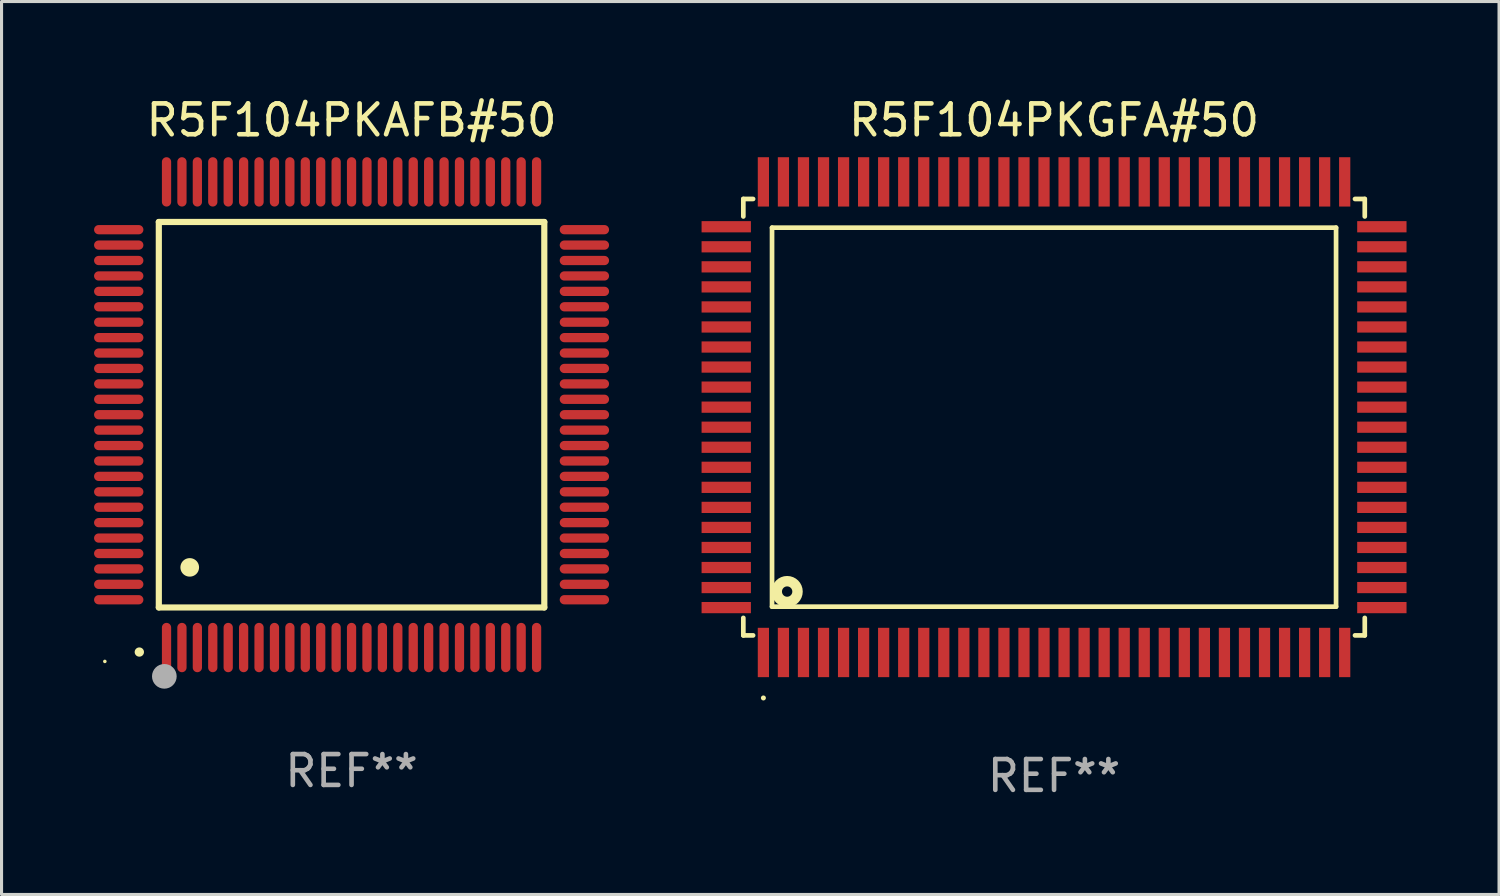
<source format=kicad_pcb>
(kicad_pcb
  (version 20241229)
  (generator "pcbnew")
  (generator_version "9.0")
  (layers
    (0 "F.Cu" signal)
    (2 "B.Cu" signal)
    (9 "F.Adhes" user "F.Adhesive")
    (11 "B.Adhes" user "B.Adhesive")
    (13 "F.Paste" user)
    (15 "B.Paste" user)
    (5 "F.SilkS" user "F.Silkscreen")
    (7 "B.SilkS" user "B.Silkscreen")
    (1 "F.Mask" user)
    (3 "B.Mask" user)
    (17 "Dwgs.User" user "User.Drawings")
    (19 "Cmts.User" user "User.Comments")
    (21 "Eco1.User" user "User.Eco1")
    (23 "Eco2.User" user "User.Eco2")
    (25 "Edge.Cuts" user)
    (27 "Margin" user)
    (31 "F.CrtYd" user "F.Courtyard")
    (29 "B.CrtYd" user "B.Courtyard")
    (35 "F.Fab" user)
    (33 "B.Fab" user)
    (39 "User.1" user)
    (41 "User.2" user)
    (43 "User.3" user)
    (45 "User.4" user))
  (footprint "R5F104PKAFB#50"
    (layer "F.Cu")
    (at 8.35 10.398)
    (property "Reference" "R5F104PKAFB#50" (at 0 -9.55 0) (layer "F.SilkS") (effects (font (size 1 1) (thickness 0.15))))
    (attr through_hole)
    (fp_line (start -6.25 -6.25) (end -6.25 6.25) (stroke (width 0.2) (type solid)) (layer "F.SilkS"))
    (fp_line (start -6.25 6.25) (end 6.25 6.25) (stroke (width 0.2) (type solid)) (layer "F.SilkS"))
    (fp_line (start 6.25 -6.25) (end -6.25 -6.25) (stroke (width 0.2) (type solid)) (layer "F.SilkS"))
    (fp_line (start 6.25 6.25) (end 6.25 -6.25) (stroke (width 0.2) (type solid)) (layer "F.SilkS"))
    (fp_arc (start -6.883414 7.696215) (mid -6.882144 7.69621) (end -6.880874 7.696215) (stroke (width 0.3) (type solid)) (layer "F.SilkS"))
    (fp_arc (start -5.250191 4.95047) (mid -5.247651 4.950459) (end -5.245111 4.95047) (stroke (width 0.6) (type solid)) (layer "F.SilkS"))
    (fp_circle (center -8 8) (end -7.97 8) (stroke (width 0.06) (type solid)) (fill no) (layer "F.SilkS"))
    (fp_circle (center -6.071 8.484) (end -5.871 8.484) (stroke (width 0.4) (type solid)) (fill no) (layer "F.Fab"))
    (fp_text user "REF**" (at 0 11.55 0) (layer "F.Fab") (effects (font (size 1 1) (thickness 0.15))))
    (pad "1" smd oval (at -6 7.55) (size 0.3 1.6) (layers "F.Cu" "F.Mask" "F.Paste"))
    (pad "2" smd oval (at -5.5 7.55) (size 0.3 1.6) (layers "F.Cu" "F.Mask" "F.Paste"))
    (pad "3" smd oval (at -5 7.55) (size 0.3 1.6) (layers "F.Cu" "F.Mask" "F.Paste"))
    (pad "4" smd oval (at -4.5 7.55) (size 0.3 1.6) (layers "F.Cu" "F.Mask" "F.Paste"))
    (pad "5" smd oval (at -4 7.55) (size 0.3 1.6) (layers "F.Cu" "F.Mask" "F.Paste"))
    (pad "6" smd oval (at -3.5 7.55) (size 0.3 1.6) (layers "F.Cu" "F.Mask" "F.Paste"))
    (pad "7" smd oval (at -3 7.55) (size 0.3 1.6) (layers "F.Cu" "F.Mask" "F.Paste"))
    (pad "8" smd oval (at -2.5 7.55) (size 0.3 1.6) (layers "F.Cu" "F.Mask" "F.Paste"))
    (pad "9" smd oval (at -2 7.55) (size 0.3 1.6) (layers "F.Cu" "F.Mask" "F.Paste"))
    (pad "10" smd oval (at -1.5 7.55) (size 0.3 1.6) (layers "F.Cu" "F.Mask" "F.Paste"))
    (pad "11" smd oval (at -1 7.55) (size 0.3 1.6) (layers "F.Cu" "F.Mask" "F.Paste"))
    (pad "12" smd oval (at -0.5 7.55) (size 0.3 1.6) (layers "F.Cu" "F.Mask" "F.Paste"))
    (pad "13" smd oval (at 0 7.55) (size 0.3 1.6) (layers "F.Cu" "F.Mask" "F.Paste"))
    (pad "14" smd oval (at 0.5 7.55) (size 0.3 1.6) (layers "F.Cu" "F.Mask" "F.Paste"))
    (pad "15" smd oval (at 1 7.55) (size 0.3 1.6) (layers "F.Cu" "F.Mask" "F.Paste"))
    (pad "16" smd oval (at 1.5 7.55) (size 0.3 1.6) (layers "F.Cu" "F.Mask" "F.Paste"))
    (pad "17" smd oval (at 2 7.55) (size 0.3 1.6) (layers "F.Cu" "F.Mask" "F.Paste"))
    (pad "18" smd oval (at 2.5 7.55) (size 0.3 1.6) (layers "F.Cu" "F.Mask" "F.Paste"))
    (pad "19" smd oval (at 3 7.55) (size 0.3 1.6) (layers "F.Cu" "F.Mask" "F.Paste"))
    (pad "20" smd oval (at 3.5 7.55) (size 0.3 1.6) (layers "F.Cu" "F.Mask" "F.Paste"))
    (pad "21" smd oval (at 4 7.55) (size 0.3 1.6) (layers "F.Cu" "F.Mask" "F.Paste"))
    (pad "22" smd oval (at 4.5 7.55) (size 0.3 1.6) (layers "F.Cu" "F.Mask" "F.Paste"))
    (pad "23" smd oval (at 5 7.55) (size 0.3 1.6) (layers "F.Cu" "F.Mask" "F.Paste"))
    (pad "24" smd oval (at 5.5 7.55) (size 0.3 1.6) (layers "F.Cu" "F.Mask" "F.Paste"))
    (pad "25" smd oval (at 6 7.55) (size 0.3 1.6) (layers "F.Cu" "F.Mask" "F.Paste"))
    (pad "26" smd oval (at 7.55 6) (size 1.6 0.3) (layers "F.Cu" "F.Mask" "F.Paste"))
    (pad "27" smd oval (at 7.55 5.5) (size 1.6 0.3) (layers "F.Cu" "F.Mask" "F.Paste"))
    (pad "28" smd oval (at 7.55 5) (size 1.6 0.3) (layers "F.Cu" "F.Mask" "F.Paste"))
    (pad "29" smd oval (at 7.55 4.5) (size 1.6 0.3) (layers "F.Cu" "F.Mask" "F.Paste"))
    (pad "30" smd oval (at 7.55 4) (size 1.6 0.3) (layers "F.Cu" "F.Mask" "F.Paste"))
    (pad "31" smd oval (at 7.55 3.5) (size 1.6 0.3) (layers "F.Cu" "F.Mask" "F.Paste"))
    (pad "32" smd oval (at 7.55 3) (size 1.6 0.3) (layers "F.Cu" "F.Mask" "F.Paste"))
    (pad "33" smd oval (at 7.55 2.5) (size 1.6 0.3) (layers "F.Cu" "F.Mask" "F.Paste"))
    (pad "34" smd oval (at 7.55 2) (size 1.6 0.3) (layers "F.Cu" "F.Mask" "F.Paste"))
    (pad "35" smd oval (at 7.55 1.5) (size 1.6 0.3) (layers "F.Cu" "F.Mask" "F.Paste"))
    (pad "36" smd oval (at 7.55 1) (size 1.6 0.3) (layers "F.Cu" "F.Mask" "F.Paste"))
    (pad "37" smd oval (at 7.55 0.5) (size 1.6 0.3) (layers "F.Cu" "F.Mask" "F.Paste"))
    (pad "38" smd oval (at 7.55 0) (size 1.6 0.3) (layers "F.Cu" "F.Mask" "F.Paste"))
    (pad "39" smd oval (at 7.55 -0.5) (size 1.6 0.3) (layers "F.Cu" "F.Mask" "F.Paste"))
    (pad "40" smd oval (at 7.55 -1) (size 1.6 0.3) (layers "F.Cu" "F.Mask" "F.Paste"))
    (pad "41" smd oval (at 7.55 -1.5) (size 1.6 0.3) (layers "F.Cu" "F.Mask" "F.Paste"))
    (pad "42" smd oval (at 7.55 -2) (size 1.6 0.3) (layers "F.Cu" "F.Mask" "F.Paste"))
    (pad "43" smd oval (at 7.55 -2.5) (size 1.6 0.3) (layers "F.Cu" "F.Mask" "F.Paste"))
    (pad "44" smd oval (at 7.55 -3) (size 1.6 0.3) (layers "F.Cu" "F.Mask" "F.Paste"))
    (pad "45" smd oval (at 7.55 -3.5) (size 1.6 0.3) (layers "F.Cu" "F.Mask" "F.Paste"))
    (pad "46" smd oval (at 7.55 -4) (size 1.6 0.3) (layers "F.Cu" "F.Mask" "F.Paste"))
    (pad "47" smd oval (at 7.55 -4.5) (size 1.6 0.3) (layers "F.Cu" "F.Mask" "F.Paste"))
    (pad "48" smd oval (at 7.55 -5) (size 1.6 0.3) (layers "F.Cu" "F.Mask" "F.Paste"))
    (pad "49" smd oval (at 7.55 -5.5) (size 1.6 0.3) (layers "F.Cu" "F.Mask" "F.Paste"))
    (pad "50" smd oval (at 7.55 -6) (size 1.6 0.3) (layers "F.Cu" "F.Mask" "F.Paste"))
    (pad "51" smd oval (at 6 -7.55) (size 0.3 1.6) (layers "F.Cu" "F.Mask" "F.Paste"))
    (pad "52" smd oval (at 5.5 -7.55) (size 0.3 1.6) (layers "F.Cu" "F.Mask" "F.Paste"))
    (pad "53" smd oval (at 5 -7.55) (size 0.3 1.6) (layers "F.Cu" "F.Mask" "F.Paste"))
    (pad "54" smd oval (at 4.5 -7.55) (size 0.3 1.6) (layers "F.Cu" "F.Mask" "F.Paste"))
    (pad "55" smd oval (at 4 -7.55) (size 0.3 1.6) (layers "F.Cu" "F.Mask" "F.Paste"))
    (pad "56" smd oval (at 3.5 -7.55) (size 0.3 1.6) (layers "F.Cu" "F.Mask" "F.Paste"))
    (pad "57" smd oval (at 3 -7.55) (size 0.3 1.6) (layers "F.Cu" "F.Mask" "F.Paste"))
    (pad "58" smd oval (at 2.5 -7.55) (size 0.3 1.6) (layers "F.Cu" "F.Mask" "F.Paste"))
    (pad "59" smd oval (at 2 -7.55) (size 0.3 1.6) (layers "F.Cu" "F.Mask" "F.Paste"))
    (pad "60" smd oval (at 1.5 -7.55) (size 0.3 1.6) (layers "F.Cu" "F.Mask" "F.Paste"))
    (pad "61" smd oval (at 1 -7.55) (size 0.3 1.6) (layers "F.Cu" "F.Mask" "F.Paste"))
    (pad "62" smd oval (at 0.5 -7.55) (size 0.3 1.6) (layers "F.Cu" "F.Mask" "F.Paste"))
    (pad "63" smd oval (at 0 -7.55) (size 0.3 1.6) (layers "F.Cu" "F.Mask" "F.Paste"))
    (pad "64" smd oval (at -0.5 -7.55) (size 0.3 1.6) (layers "F.Cu" "F.Mask" "F.Paste"))
    (pad "65" smd oval (at -1 -7.55) (size 0.3 1.6) (layers "F.Cu" "F.Mask" "F.Paste"))
    (pad "66" smd oval (at -1.5 -7.55) (size 0.3 1.6) (layers "F.Cu" "F.Mask" "F.Paste"))
    (pad "67" smd oval (at -2 -7.55) (size 0.3 1.6) (layers "F.Cu" "F.Mask" "F.Paste"))
    (pad "68" smd oval (at -2.5 -7.55) (size 0.3 1.6) (layers "F.Cu" "F.Mask" "F.Paste"))
    (pad "69" smd oval (at -3 -7.55) (size 0.3 1.6) (layers "F.Cu" "F.Mask" "F.Paste"))
    (pad "70" smd oval (at -3.5 -7.55) (size 0.3 1.6) (layers "F.Cu" "F.Mask" "F.Paste"))
    (pad "71" smd oval (at -4 -7.55) (size 0.3 1.6) (layers "F.Cu" "F.Mask" "F.Paste"))
    (pad "72" smd oval (at -4.5 -7.55) (size 0.3 1.6) (layers "F.Cu" "F.Mask" "F.Paste"))
    (pad "73" smd oval (at -5 -7.55) (size 0.3 1.6) (layers "F.Cu" "F.Mask" "F.Paste"))
    (pad "74" smd oval (at -5.5 -7.55) (size 0.3 1.6) (layers "F.Cu" "F.Mask" "F.Paste"))
    (pad "75" smd oval (at -6 -7.55) (size 0.3 1.6) (layers "F.Cu" "F.Mask" "F.Paste"))
    (pad "76" smd oval (at -7.55 -6) (size 1.6 0.3) (layers "F.Cu" "F.Mask" "F.Paste"))
    (pad "77" smd oval (at -7.55 -5.5) (size 1.6 0.3) (layers "F.Cu" "F.Mask" "F.Paste"))
    (pad "78" smd oval (at -7.55 -5) (size 1.6 0.3) (layers "F.Cu" "F.Mask" "F.Paste"))
    (pad "79" smd oval (at -7.55 -4.5) (size 1.6 0.3) (layers "F.Cu" "F.Mask" "F.Paste"))
    (pad "80" smd oval (at -7.55 -4) (size 1.6 0.3) (layers "F.Cu" "F.Mask" "F.Paste"))
    (pad "81" smd oval (at -7.55 -3.5) (size 1.6 0.3) (layers "F.Cu" "F.Mask" "F.Paste"))
    (pad "82" smd oval (at -7.55 -3) (size 1.6 0.3) (layers "F.Cu" "F.Mask" "F.Paste"))
    (pad "83" smd oval (at -7.55 -2.5) (size 1.6 0.3) (layers "F.Cu" "F.Mask" "F.Paste"))
    (pad "84" smd oval (at -7.55 -2) (size 1.6 0.3) (layers "F.Cu" "F.Mask" "F.Paste"))
    (pad "85" smd oval (at -7.55 -1.5) (size 1.6 0.3) (layers "F.Cu" "F.Mask" "F.Paste"))
    (pad "86" smd oval (at -7.55 -1) (size 1.6 0.3) (layers "F.Cu" "F.Mask" "F.Paste"))
    (pad "87" smd oval (at -7.55 -0.5) (size 1.6 0.3) (layers "F.Cu" "F.Mask" "F.Paste"))
    (pad "88" smd oval (at -7.55 0) (size 1.6 0.3) (layers "F.Cu" "F.Mask" "F.Paste"))
    (pad "89" smd oval (at -7.55 0.5) (size 1.6 0.3) (layers "F.Cu" "F.Mask" "F.Paste"))
    (pad "90" smd oval (at -7.55 1) (size 1.6 0.3) (layers "F.Cu" "F.Mask" "F.Paste"))
    (pad "91" smd oval (at -7.55 1.5) (size 1.6 0.3) (layers "F.Cu" "F.Mask" "F.Paste"))
    (pad "92" smd oval (at -7.55 2) (size 1.6 0.3) (layers "F.Cu" "F.Mask" "F.Paste"))
    (pad "93" smd oval (at -7.55 2.5) (size 1.6 0.3) (layers "F.Cu" "F.Mask" "F.Paste"))
    (pad "94" smd oval (at -7.55 3) (size 1.6 0.3) (layers "F.Cu" "F.Mask" "F.Paste"))
    (pad "95" smd oval (at -7.55 3.5) (size 1.6 0.3) (layers "F.Cu" "F.Mask" "F.Paste"))
    (pad "96" smd oval (at -7.55 4) (size 1.6 0.3) (layers "F.Cu" "F.Mask" "F.Paste"))
    (pad "97" smd oval (at -7.55 4.5) (size 1.6 0.3) (layers "F.Cu" "F.Mask" "F.Paste"))
    (pad "98" smd oval (at -7.55 5) (size 1.6 0.3) (layers "F.Cu" "F.Mask" "F.Paste"))
    (pad "99" smd oval (at -7.55 5.5) (size 1.6 0.3) (layers "F.Cu" "F.Mask" "F.Paste"))
    (pad "100" smd oval (at -7.55 6) (size 1.6 0.3) (layers "F.Cu" "F.Mask" "F.Paste")))
  (footprint "R5F104PKGFA#50"
    (layer "F.Cu")
    (at 31.13 10.478)
    (property "Reference" "R5F104PKGFA#50" (at 0 -9.63 0) (layer "F.SilkS") (effects (font (size 1 1) (thickness 0.15))))
    (attr through_hole)
    (fp_line (start -10.076 -7.076) (end -10.076 -6.509) (stroke (width 0.152) (type solid)) (layer "F.SilkS"))
    (fp_line (start -10.076 7.076) (end -10.076 6.509) (stroke (width 0.152) (type solid)) (layer "F.SilkS"))
    (fp_line (start -9.759 -7.076) (end -10.076 -7.076) (stroke (width 0.152) (type solid)) (layer "F.SilkS"))
    (fp_line (start -9.759 7.076) (end -10.076 7.076) (stroke (width 0.152) (type solid)) (layer "F.SilkS"))
    (fp_line (start -9.145 -6.145) (end 9.145 -6.145) (stroke (width 0.152) (type solid)) (layer "F.SilkS"))
    (fp_line (start -9.145 6.145) (end -9.145 -6.145) (stroke (width 0.152) (type solid)) (layer "F.SilkS"))
    (fp_line (start 9.145 -6.145) (end 9.145 6.145) (stroke (width 0.152) (type solid)) (layer "F.SilkS"))
    (fp_line (start 9.145 6.145) (end -9.145 6.145) (stroke (width 0.152) (type solid)) (layer "F.SilkS"))
    (fp_line (start 9.759 -7.076) (end 10.076 -7.076) (stroke (width 0.152) (type solid)) (layer "F.SilkS"))
    (fp_line (start 9.759 7.076) (end 10.076 7.076) (stroke (width 0.152) (type solid)) (layer "F.SilkS"))
    (fp_line (start 10.076 -7.076) (end 10.076 -6.509) (stroke (width 0.152) (type solid)) (layer "F.SilkS"))
    (fp_line (start 10.076 7.076) (end 10.076 6.509) (stroke (width 0.152) (type solid)) (layer "F.SilkS"))
    (fp_circle (center -9.425 9.105) (end -9.384 9.105) (stroke (width 0.081) (type solid)) (fill no) (layer "F.SilkS"))
    (fp_circle (center -8.655 5.655) (end -8.487 5.655) (stroke (width 0.338) (type solid)) (fill no) (layer "F.SilkS"))
    (fp_text user "REF**" (at 0 11.63 0) (layer "F.Fab") (effects (font (size 1 1) (thickness 0.15))))
    (pad "1" smd rect (at -9.425 7.63) (size 0.364 1.6) (layers "F.Cu" "F.Mask" "F.Paste"))
    (pad "2" smd rect (at -8.775 7.63) (size 0.364 1.6) (layers "F.Cu" "F.Mask" "F.Paste"))
    (pad "3" smd rect (at -8.125 7.63) (size 0.364 1.6) (layers "F.Cu" "F.Mask" "F.Paste"))
    (pad "4" smd rect (at -7.475 7.63) (size 0.364 1.6) (layers "F.Cu" "F.Mask" "F.Paste"))
    (pad "5" smd rect (at -6.825 7.63) (size 0.364 1.6) (layers "F.Cu" "F.Mask" "F.Paste"))
    (pad "6" smd rect (at -6.175 7.63) (size 0.364 1.6) (layers "F.Cu" "F.Mask" "F.Paste"))
    (pad "7" smd rect (at -5.525 7.63) (size 0.364 1.6) (layers "F.Cu" "F.Mask" "F.Paste"))
    (pad "8" smd rect (at -4.875 7.63) (size 0.364 1.6) (layers "F.Cu" "F.Mask" "F.Paste"))
    (pad "9" smd rect (at -4.225 7.63) (size 0.364 1.6) (layers "F.Cu" "F.Mask" "F.Paste"))
    (pad "10" smd rect (at -3.575 7.63) (size 0.364 1.6) (layers "F.Cu" "F.Mask" "F.Paste"))
    (pad "11" smd rect (at -2.925 7.63) (size 0.364 1.6) (layers "F.Cu" "F.Mask" "F.Paste"))
    (pad "12" smd rect (at -2.275 7.63) (size 0.364 1.6) (layers "F.Cu" "F.Mask" "F.Paste"))
    (pad "13" smd rect (at -1.625 7.63) (size 0.364 1.6) (layers "F.Cu" "F.Mask" "F.Paste"))
    (pad "14" smd rect (at -0.975 7.63) (size 0.364 1.6) (layers "F.Cu" "F.Mask" "F.Paste"))
    (pad "15" smd rect (at -0.325 7.63) (size 0.364 1.6) (layers "F.Cu" "F.Mask" "F.Paste"))
    (pad "16" smd rect (at 0.325 7.63) (size 0.364 1.6) (layers "F.Cu" "F.Mask" "F.Paste"))
    (pad "17" smd rect (at 0.975 7.63) (size 0.364 1.6) (layers "F.Cu" "F.Mask" "F.Paste"))
    (pad "18" smd rect (at 1.625 7.63) (size 0.364 1.6) (layers "F.Cu" "F.Mask" "F.Paste"))
    (pad "19" smd rect (at 2.275 7.63) (size 0.364 1.6) (layers "F.Cu" "F.Mask" "F.Paste"))
    (pad "20" smd rect (at 2.925 7.63) (size 0.364 1.6) (layers "F.Cu" "F.Mask" "F.Paste"))
    (pad "21" smd rect (at 3.575 7.63) (size 0.364 1.6) (layers "F.Cu" "F.Mask" "F.Paste"))
    (pad "22" smd rect (at 4.225 7.63) (size 0.364 1.6) (layers "F.Cu" "F.Mask" "F.Paste"))
    (pad "23" smd rect (at 4.875 7.63) (size 0.364 1.6) (layers "F.Cu" "F.Mask" "F.Paste"))
    (pad "24" smd rect (at 5.525 7.63) (size 0.364 1.6) (layers "F.Cu" "F.Mask" "F.Paste"))
    (pad "25" smd rect (at 6.175 7.63) (size 0.364 1.6) (layers "F.Cu" "F.Mask" "F.Paste"))
    (pad "26" smd rect (at 6.825 7.63) (size 0.364 1.6) (layers "F.Cu" "F.Mask" "F.Paste"))
    (pad "27" smd rect (at 7.475 7.63) (size 0.364 1.6) (layers "F.Cu" "F.Mask" "F.Paste"))
    (pad "28" smd rect (at 8.125 7.63) (size 0.364 1.6) (layers "F.Cu" "F.Mask" "F.Paste"))
    (pad "29" smd rect (at 8.775 7.63) (size 0.364 1.6) (layers "F.Cu" "F.Mask" "F.Paste"))
    (pad "30" smd rect (at 9.425 7.63) (size 0.364 1.6) (layers "F.Cu" "F.Mask" "F.Paste"))
    (pad "31" smd rect (at 10.63 6.175) (size 1.6 0.364) (layers "F.Cu" "F.Mask" "F.Paste"))
    (pad "32" smd rect (at 10.63 5.525) (size 1.6 0.364) (layers "F.Cu" "F.Mask" "F.Paste"))
    (pad "33" smd rect (at 10.63 4.875) (size 1.6 0.364) (layers "F.Cu" "F.Mask" "F.Paste"))
    (pad "34" smd rect (at 10.63 4.225) (size 1.6 0.364) (layers "F.Cu" "F.Mask" "F.Paste"))
    (pad "35" smd rect (at 10.63 3.575) (size 1.6 0.364) (layers "F.Cu" "F.Mask" "F.Paste"))
    (pad "36" smd rect (at 10.63 2.925) (size 1.6 0.364) (layers "F.Cu" "F.Mask" "F.Paste"))
    (pad "37" smd rect (at 10.63 2.275) (size 1.6 0.364) (layers "F.Cu" "F.Mask" "F.Paste"))
    (pad "38" smd rect (at 10.63 1.625) (size 1.6 0.364) (layers "F.Cu" "F.Mask" "F.Paste"))
    (pad "39" smd rect (at 10.63 0.975) (size 1.6 0.364) (layers "F.Cu" "F.Mask" "F.Paste"))
    (pad "40" smd rect (at 10.63 0.325) (size 1.6 0.364) (layers "F.Cu" "F.Mask" "F.Paste"))
    (pad "41" smd rect (at 10.63 -0.325) (size 1.6 0.364) (layers "F.Cu" "F.Mask" "F.Paste"))
    (pad "42" smd rect (at 10.63 -0.975) (size 1.6 0.364) (layers "F.Cu" "F.Mask" "F.Paste"))
    (pad "43" smd rect (at 10.63 -1.625) (size 1.6 0.364) (layers "F.Cu" "F.Mask" "F.Paste"))
    (pad "44" smd rect (at 10.63 -2.275) (size 1.6 0.364) (layers "F.Cu" "F.Mask" "F.Paste"))
    (pad "45" smd rect (at 10.63 -2.925) (size 1.6 0.364) (layers "F.Cu" "F.Mask" "F.Paste"))
    (pad "46" smd rect (at 10.63 -3.575) (size 1.6 0.364) (layers "F.Cu" "F.Mask" "F.Paste"))
    (pad "47" smd rect (at 10.63 -4.225) (size 1.6 0.364) (layers "F.Cu" "F.Mask" "F.Paste"))
    (pad "48" smd rect (at 10.63 -4.875) (size 1.6 0.364) (layers "F.Cu" "F.Mask" "F.Paste"))
    (pad "49" smd rect (at 10.63 -5.525) (size 1.6 0.364) (layers "F.Cu" "F.Mask" "F.Paste"))
    (pad "50" smd rect (at 10.63 -6.175) (size 1.6 0.364) (layers "F.Cu" "F.Mask" "F.Paste"))
    (pad "51" smd rect (at 9.425 -7.63) (size 0.364 1.6) (layers "F.Cu" "F.Mask" "F.Paste"))
    (pad "52" smd rect (at 8.775 -7.63) (size 0.364 1.6) (layers "F.Cu" "F.Mask" "F.Paste"))
    (pad "53" smd rect (at 8.125 -7.63) (size 0.364 1.6) (layers "F.Cu" "F.Mask" "F.Paste"))
    (pad "54" smd rect (at 7.475 -7.63) (size 0.364 1.6) (layers "F.Cu" "F.Mask" "F.Paste"))
    (pad "55" smd rect (at 6.825 -7.63) (size 0.364 1.6) (layers "F.Cu" "F.Mask" "F.Paste"))
    (pad "56" smd rect (at 6.175 -7.63) (size 0.364 1.6) (layers "F.Cu" "F.Mask" "F.Paste"))
    (pad "57" smd rect (at 5.525 -7.63) (size 0.364 1.6) (layers "F.Cu" "F.Mask" "F.Paste"))
    (pad "58" smd rect (at 4.875 -7.63) (size 0.364 1.6) (layers "F.Cu" "F.Mask" "F.Paste"))
    (pad "59" smd rect (at 4.225 -7.63) (size 0.364 1.6) (layers "F.Cu" "F.Mask" "F.Paste"))
    (pad "60" smd rect (at 3.575 -7.63) (size 0.364 1.6) (layers "F.Cu" "F.Mask" "F.Paste"))
    (pad "61" smd rect (at 2.925 -7.63) (size 0.364 1.6) (layers "F.Cu" "F.Mask" "F.Paste"))
    (pad "62" smd rect (at 2.275 -7.63) (size 0.364 1.6) (layers "F.Cu" "F.Mask" "F.Paste"))
    (pad "63" smd rect (at 1.625 -7.63) (size 0.364 1.6) (layers "F.Cu" "F.Mask" "F.Paste"))
    (pad "64" smd rect (at 0.975 -7.63) (size 0.364 1.6) (layers "F.Cu" "F.Mask" "F.Paste"))
    (pad "65" smd rect (at 0.325 -7.63) (size 0.364 1.6) (layers "F.Cu" "F.Mask" "F.Paste"))
    (pad "66" smd rect (at -0.325 -7.63) (size 0.364 1.6) (layers "F.Cu" "F.Mask" "F.Paste"))
    (pad "67" smd rect (at -0.975 -7.63) (size 0.364 1.6) (layers "F.Cu" "F.Mask" "F.Paste"))
    (pad "68" smd rect (at -1.625 -7.63) (size 0.364 1.6) (layers "F.Cu" "F.Mask" "F.Paste"))
    (pad "69" smd rect (at -2.275 -7.63) (size 0.364 1.6) (layers "F.Cu" "F.Mask" "F.Paste"))
    (pad "70" smd rect (at -2.925 -7.63) (size 0.364 1.6) (layers "F.Cu" "F.Mask" "F.Paste"))
    (pad "71" smd rect (at -3.575 -7.63) (size 0.364 1.6) (layers "F.Cu" "F.Mask" "F.Paste"))
    (pad "72" smd rect (at -4.225 -7.63) (size 0.364 1.6) (layers "F.Cu" "F.Mask" "F.Paste"))
    (pad "73" smd rect (at -4.875 -7.63) (size 0.364 1.6) (layers "F.Cu" "F.Mask" "F.Paste"))
    (pad "74" smd rect (at -5.525 -7.63) (size 0.364 1.6) (layers "F.Cu" "F.Mask" "F.Paste"))
    (pad "75" smd rect (at -6.175 -7.63) (size 0.364 1.6) (layers "F.Cu" "F.Mask" "F.Paste"))
    (pad "76" smd rect (at -6.825 -7.63) (size 0.364 1.6) (layers "F.Cu" "F.Mask" "F.Paste"))
    (pad "77" smd rect (at -7.475 -7.63) (size 0.364 1.6) (layers "F.Cu" "F.Mask" "F.Paste"))
    (pad "78" smd rect (at -8.125 -7.63) (size 0.364 1.6) (layers "F.Cu" "F.Mask" "F.Paste"))
    (pad "79" smd rect (at -8.775 -7.63) (size 0.364 1.6) (layers "F.Cu" "F.Mask" "F.Paste"))
    (pad "80" smd rect (at -9.425 -7.63) (size 0.364 1.6) (layers "F.Cu" "F.Mask" "F.Paste"))
    (pad "81" smd rect (at -10.63 -6.175) (size 1.6 0.364) (layers "F.Cu" "F.Mask" "F.Paste"))
    (pad "82" smd rect (at -10.63 -5.525) (size 1.6 0.364) (layers "F.Cu" "F.Mask" "F.Paste"))
    (pad "83" smd rect (at -10.63 -4.875) (size 1.6 0.364) (layers "F.Cu" "F.Mask" "F.Paste"))
    (pad "84" smd rect (at -10.63 -4.225) (size 1.6 0.364) (layers "F.Cu" "F.Mask" "F.Paste"))
    (pad "85" smd rect (at -10.63 -3.575) (size 1.6 0.364) (layers "F.Cu" "F.Mask" "F.Paste"))
    (pad "86" smd rect (at -10.63 -2.925) (size 1.6 0.364) (layers "F.Cu" "F.Mask" "F.Paste"))
    (pad "87" smd rect (at -10.63 -2.275) (size 1.6 0.364) (layers "F.Cu" "F.Mask" "F.Paste"))
    (pad "88" smd rect (at -10.63 -1.625) (size 1.6 0.364) (layers "F.Cu" "F.Mask" "F.Paste"))
    (pad "89" smd rect (at -10.63 -0.975) (size 1.6 0.364) (layers "F.Cu" "F.Mask" "F.Paste"))
    (pad "90" smd rect (at -10.63 -0.325) (size 1.6 0.364) (layers "F.Cu" "F.Mask" "F.Paste"))
    (pad "91" smd rect (at -10.63 0.325) (size 1.6 0.364) (layers "F.Cu" "F.Mask" "F.Paste"))
    (pad "92" smd rect (at -10.63 0.975) (size 1.6 0.364) (layers "F.Cu" "F.Mask" "F.Paste"))
    (pad "93" smd rect (at -10.63 1.625) (size 1.6 0.364) (layers "F.Cu" "F.Mask" "F.Paste"))
    (pad "94" smd rect (at -10.63 2.275) (size 1.6 0.364) (layers "F.Cu" "F.Mask" "F.Paste"))
    (pad "95" smd rect (at -10.63 2.925) (size 1.6 0.364) (layers "F.Cu" "F.Mask" "F.Paste"))
    (pad "96" smd rect (at -10.63 3.575) (size 1.6 0.364) (layers "F.Cu" "F.Mask" "F.Paste"))
    (pad "97" smd rect (at -10.63 4.225) (size 1.6 0.364) (layers "F.Cu" "F.Mask" "F.Paste"))
    (pad "98" smd rect (at -10.63 4.875) (size 1.6 0.364) (layers "F.Cu" "F.Mask" "F.Paste"))
    (pad "99" smd rect (at -10.63 5.525) (size 1.6 0.364) (layers "F.Cu" "F.Mask" "F.Paste"))
    (pad "100" smd rect (at -10.63 6.175) (size 1.6 0.364) (layers "F.Cu" "F.Mask" "F.Paste")))
  (gr_rect
    (start -3 -3)
    (end 45.56 25.956)
    (stroke (width 0.1) (type default))
    (fill no)
    (layer "Edge.Cuts")))
</source>
